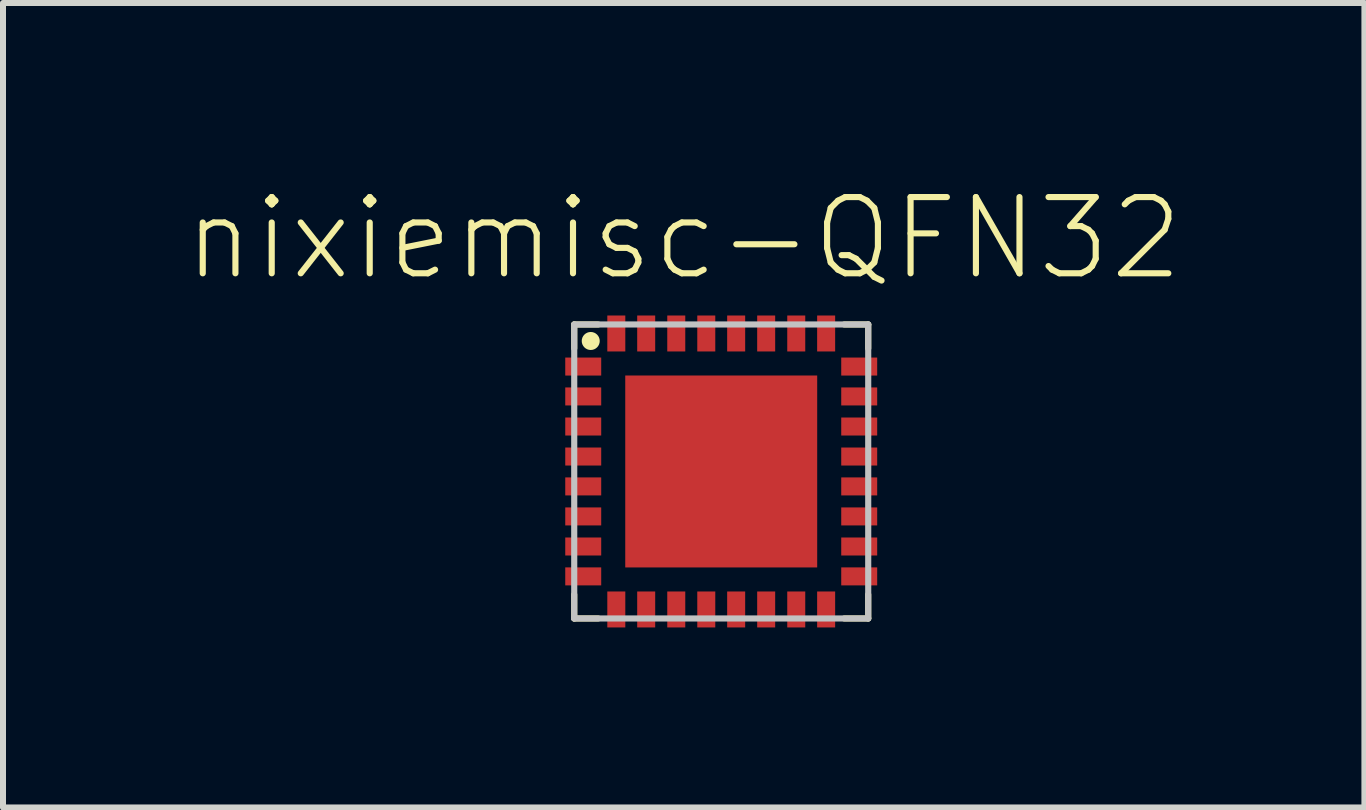
<source format=kicad_pcb>
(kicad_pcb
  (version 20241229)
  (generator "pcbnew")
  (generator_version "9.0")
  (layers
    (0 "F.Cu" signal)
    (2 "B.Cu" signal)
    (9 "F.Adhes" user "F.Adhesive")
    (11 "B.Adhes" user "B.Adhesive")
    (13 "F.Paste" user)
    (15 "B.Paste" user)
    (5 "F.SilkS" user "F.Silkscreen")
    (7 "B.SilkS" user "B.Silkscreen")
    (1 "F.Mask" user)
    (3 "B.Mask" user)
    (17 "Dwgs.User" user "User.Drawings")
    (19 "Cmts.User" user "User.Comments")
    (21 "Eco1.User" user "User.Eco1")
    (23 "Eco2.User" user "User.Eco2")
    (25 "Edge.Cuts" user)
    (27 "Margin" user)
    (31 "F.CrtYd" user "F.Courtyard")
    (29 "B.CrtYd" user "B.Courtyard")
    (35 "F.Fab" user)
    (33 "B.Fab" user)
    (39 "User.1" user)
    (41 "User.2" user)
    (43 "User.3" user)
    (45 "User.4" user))
  (footprint "nixiemisc-QFN32"
    (layer "F.Cu")
    (at 8.966 4.805)
    (property "Reference" "nixiemisc-QFN32" (at -0.625 -3.884 0) (layer "F.SilkS") (effects (font (size 1.27 1.27) (thickness 0.102))))
    (attr smd)
    (fp_poly (pts (xy -2.548 -1.349) (xy -2.05 -1.349) (xy -2.05 -1.148) (xy -2.548 -1.148) (xy -2.548 -1.349)) (stroke (width 0.102) (type solid)) (fill yes) (layer "F.Mask"))
    (fp_poly (pts (xy -2.548 -0.848) (xy -2.05 -0.848) (xy -2.05 -0.648) (xy -2.548 -0.648) (xy -2.548 -0.848)) (stroke (width 0.102) (type solid)) (fill yes) (layer "F.Mask"))
    (fp_poly (pts (xy -2.548 -0.348) (xy -2.05 -0.348) (xy -2.05 -0.15) (xy -2.548 -0.15) (xy -2.548 -0.348)) (stroke (width 0.102) (type solid)) (fill yes) (layer "F.Mask"))
    (fp_poly (pts (xy -2.548 0.15) (xy -2.05 0.15) (xy -2.05 0.348) (xy -2.548 0.348) (xy -2.548 0.15)) (stroke (width 0.102) (type solid)) (fill yes) (layer "F.Mask"))
    (fp_poly (pts (xy -2.548 0.648) (xy -2.05 0.648) (xy -2.05 0.848) (xy -2.548 0.848) (xy -2.548 0.648)) (stroke (width 0.102) (type solid)) (fill yes) (layer "F.Mask"))
    (fp_poly (pts (xy -2.548 1.148) (xy -2.05 1.148) (xy -2.05 1.349) (xy -2.548 1.349) (xy -2.548 1.148)) (stroke (width 0.102) (type solid)) (fill yes) (layer "F.Mask"))
    (fp_poly (pts (xy -1.349 2.548) (xy -1.349 2.05) (xy -1.148 2.05) (xy -1.148 2.548) (xy -1.349 2.548)) (stroke (width 0.102) (type solid)) (fill yes) (layer "F.Mask"))
    (fp_poly (pts (xy -1.323 -1.323) (xy 1.323 -1.323) (xy 1.323 1.323) (xy -1.323 1.323) (xy -1.323 -1.323)) (stroke (width 0.498) (type solid)) (fill yes) (layer "F.Mask"))
    (fp_poly (pts (xy -1.148 -2.548) (xy -1.148 -2.05) (xy -1.349 -2.05) (xy -1.349 -2.548) (xy -1.148 -2.548)) (stroke (width 0.102) (type solid)) (fill yes) (layer "F.Mask"))
    (fp_poly (pts (xy -0.848 2.548) (xy -0.848 2.05) (xy -0.648 2.05) (xy -0.648 2.548) (xy -0.848 2.548)) (stroke (width 0.102) (type solid)) (fill yes) (layer "F.Mask"))
    (fp_poly (pts (xy -0.648 -2.548) (xy -0.648 -2.05) (xy -0.848 -2.05) (xy -0.848 -2.548) (xy -0.648 -2.548)) (stroke (width 0.102) (type solid)) (fill yes) (layer "F.Mask"))
    (fp_poly (pts (xy -0.348 2.548) (xy -0.348 2.05) (xy -0.15 2.05) (xy -0.15 2.548) (xy -0.348 2.548)) (stroke (width 0.102) (type solid)) (fill yes) (layer "F.Mask"))
    (fp_poly (pts (xy -0.15 -2.548) (xy -0.15 -2.05) (xy -0.348 -2.05) (xy -0.348 -2.548) (xy -0.15 -2.548)) (stroke (width 0.102) (type solid)) (fill yes) (layer "F.Mask"))
    (fp_poly (pts (xy 0.15 2.548) (xy 0.15 2.05) (xy 0.348 2.05) (xy 0.348 2.548) (xy 0.15 2.548)) (stroke (width 0.102) (type solid)) (fill yes) (layer "F.Mask"))
    (fp_poly (pts (xy 0.348 -2.548) (xy 0.348 -2.05) (xy 0.15 -2.05) (xy 0.15 -2.548) (xy 0.348 -2.548)) (stroke (width 0.102) (type solid)) (fill yes) (layer "F.Mask"))
    (fp_poly (pts (xy 0.648 2.548) (xy 0.648 2.05) (xy 0.848 2.05) (xy 0.848 2.548) (xy 0.648 2.548)) (stroke (width 0.102) (type solid)) (fill yes) (layer "F.Mask"))
    (fp_poly (pts (xy 0.848 -2.548) (xy 0.848 -2.05) (xy 0.648 -2.05) (xy 0.648 -2.548) (xy 0.848 -2.548)) (stroke (width 0.102) (type solid)) (fill yes) (layer "F.Mask"))
    (fp_poly (pts (xy 1.148 2.548) (xy 1.148 2.05) (xy 1.349 2.05) (xy 1.349 2.548) (xy 1.148 2.548)) (stroke (width 0.102) (type solid)) (fill yes) (layer "F.Mask"))
    (fp_poly (pts (xy 1.349 -2.548) (xy 1.349 -2.05) (xy 1.148 -2.05) (xy 1.148 -2.548) (xy 1.349 -2.548)) (stroke (width 0.102) (type solid)) (fill yes) (layer "F.Mask"))
    (fp_poly (pts (xy 2.548 -1.148) (xy 2.05 -1.148) (xy 2.05 -1.349) (xy 2.548 -1.349) (xy 2.548 -1.148)) (stroke (width 0.102) (type solid)) (fill yes) (layer "F.Mask"))
    (fp_poly (pts (xy 2.548 -0.648) (xy 2.05 -0.648) (xy 2.05 -0.848) (xy 2.548 -0.848) (xy 2.548 -0.648)) (stroke (width 0.102) (type solid)) (fill yes) (layer "F.Mask"))
    (fp_poly (pts (xy 2.548 -0.15) (xy 2.05 -0.15) (xy 2.05 -0.348) (xy 2.548 -0.348) (xy 2.548 -0.15)) (stroke (width 0.102) (type solid)) (fill yes) (layer "F.Mask"))
    (fp_poly (pts (xy 2.548 0.348) (xy 2.05 0.348) (xy 2.05 0.15) (xy 2.548 0.15) (xy 2.548 0.348)) (stroke (width 0.102) (type solid)) (fill yes) (layer "F.Mask"))
    (fp_poly (pts (xy 2.548 0.848) (xy 2.05 0.848) (xy 2.05 0.648) (xy 2.548 0.648) (xy 2.548 0.848)) (stroke (width 0.102) (type solid)) (fill yes) (layer "F.Mask"))
    (fp_poly (pts (xy 2.548 1.349) (xy 2.05 1.349) (xy 2.05 1.148) (xy 2.548 1.148) (xy 2.548 1.349)) (stroke (width 0.102) (type solid)) (fill yes) (layer "F.Mask"))
    (fp_poly (pts (xy -2.548 -1.849) (xy -2.098 -1.849) (xy -2.05 -1.798) (xy -2.05 -1.648) (xy -2.548 -1.648) (xy -2.548 -1.849)) (stroke (width 0.102) (type solid)) (fill yes) (layer "F.Mask"))
    (fp_poly (pts (xy -2.548 1.849) (xy -2.098 1.849) (xy -2.05 1.798) (xy -2.05 1.648) (xy -2.548 1.648) (xy -2.548 1.849)) (stroke (width 0.102) (type solid)) (fill yes) (layer "F.Mask"))
    (fp_poly (pts (xy -1.849 -2.548) (xy -1.849 -2.098) (xy -1.798 -2.05) (xy -1.648 -2.05) (xy -1.648 -2.548) (xy -1.849 -2.548)) (stroke (width 0.102) (type solid)) (fill yes) (layer "F.Mask"))
    (fp_poly (pts (xy -1.849 2.548) (xy -1.849 2.098) (xy -1.798 2.05) (xy -1.648 2.05) (xy -1.648 2.548) (xy -1.849 2.548)) (stroke (width 0.102) (type solid)) (fill yes) (layer "F.Mask"))
    (fp_poly (pts (xy 1.849 -2.548) (xy 1.849 -2.098) (xy 1.798 -2.05) (xy 1.648 -2.05) (xy 1.648 -2.548) (xy 1.849 -2.548)) (stroke (width 0.102) (type solid)) (fill yes) (layer "F.Mask"))
    (fp_poly (pts (xy 1.849 2.548) (xy 1.849 2.098) (xy 1.798 2.05) (xy 1.648 2.05) (xy 1.648 2.548) (xy 1.849 2.548)) (stroke (width 0.102) (type solid)) (fill yes) (layer "F.Mask"))
    (fp_poly (pts (xy 2.548 -1.849) (xy 2.098 -1.849) (xy 2.05 -1.798) (xy 2.05 -1.648) (xy 2.548 -1.648) (xy 2.548 -1.849)) (stroke (width 0.102) (type solid)) (fill yes) (layer "F.Mask"))
    (fp_poly (pts (xy 2.548 1.849) (xy 2.098 1.849) (xy 2.05 1.798) (xy 2.05 1.648) (xy 2.548 1.648) (xy 2.548 1.849)) (stroke (width 0.102) (type solid)) (fill yes) (layer "F.Mask"))
    (fp_line (start -2.449 -2.449) (end -2.05 -2.449) (stroke (width 0.102) (type solid)) (layer "F.SilkS"))
    (fp_line (start -2.449 -2.05) (end -2.449 -2.449) (stroke (width 0.102) (type solid)) (layer "F.SilkS"))
    (fp_line (start -2.449 2.449) (end -2.449 2.05) (stroke (width 0.102) (type solid)) (layer "F.SilkS"))
    (fp_line (start -2.05 2.449) (end -2.449 2.449) (stroke (width 0.102) (type solid)) (layer "F.SilkS"))
    (fp_line (start 2.05 -2.449) (end 2.449 -2.449) (stroke (width 0.102) (type solid)) (layer "F.SilkS"))
    (fp_line (start 2.449 -2.449) (end 2.449 -2.05) (stroke (width 0.102) (type solid)) (layer "F.SilkS"))
    (fp_line (start 2.449 2.05) (end 2.449 2.449) (stroke (width 0.102) (type solid)) (layer "F.SilkS"))
    (fp_line (start 2.449 2.449) (end 2.05 2.449) (stroke (width 0.102) (type solid)) (layer "F.SilkS"))
    (fp_circle (center -2.174 -2.174) (end -2.174 -2.324) (stroke (width 0) (type solid)) (fill yes) (layer "F.SilkS"))
    (fp_line (start -1.298 -1.4) (end -0.699 -1.4) (stroke (width 0.066) (type solid)) (layer "F.Paste"))
    (fp_line (start -1.298 -1.1) (end -1.298 -1.4) (stroke (width 0.066) (type solid)) (layer "F.Paste"))
    (fp_line (start -1.298 -1.1) (end -0.699 -1.1) (stroke (width 0.066) (type solid)) (layer "F.Paste"))
    (fp_line (start -1.298 -0.899) (end -0.699 -0.899) (stroke (width 0.066) (type solid)) (layer "F.Paste"))
    (fp_line (start -1.298 -0.599) (end -1.298 -0.899) (stroke (width 0.066) (type solid)) (layer "F.Paste"))
    (fp_line (start -1.298 -0.599) (end -0.699 -0.599) (stroke (width 0.066) (type solid)) (layer "F.Paste"))
    (fp_line (start -1.298 -0.399) (end -0.699 -0.399) (stroke (width 0.066) (type solid)) (layer "F.Paste"))
    (fp_line (start -1.298 -0.099) (end -1.298 -0.399) (stroke (width 0.066) (type solid)) (layer "F.Paste"))
    (fp_line (start -1.298 -0.099) (end -0.699 -0.099) (stroke (width 0.066) (type solid)) (layer "F.Paste"))
    (fp_line (start -1.298 0.099) (end -0.699 0.099) (stroke (width 0.066) (type solid)) (layer "F.Paste"))
    (fp_line (start -1.298 0.399) (end -1.298 0.099) (stroke (width 0.066) (type solid)) (layer "F.Paste"))
    (fp_line (start -1.298 0.399) (end -0.699 0.399) (stroke (width 0.066) (type solid)) (layer "F.Paste"))
    (fp_line (start -1.298 0.599) (end -0.699 0.599) (stroke (width 0.066) (type solid)) (layer "F.Paste"))
    (fp_line (start -1.298 0.899) (end -1.298 0.599) (stroke (width 0.066) (type solid)) (layer "F.Paste"))
    (fp_line (start -1.298 0.899) (end -0.699 0.899) (stroke (width 0.066) (type solid)) (layer "F.Paste"))
    (fp_line (start -1.298 1.1) (end -0.699 1.1) (stroke (width 0.066) (type solid)) (layer "F.Paste"))
    (fp_line (start -1.298 1.4) (end -1.298 1.1) (stroke (width 0.066) (type solid)) (layer "F.Paste"))
    (fp_line (start -1.298 1.4) (end -0.699 1.4) (stroke (width 0.066) (type solid)) (layer "F.Paste"))
    (fp_line (start -0.699 -1.1) (end -0.699 -1.4) (stroke (width 0.066) (type solid)) (layer "F.Paste"))
    (fp_line (start -0.699 -0.599) (end -0.699 -0.899) (stroke (width 0.066) (type solid)) (layer "F.Paste"))
    (fp_line (start -0.699 -0.099) (end -0.699 -0.399) (stroke (width 0.066) (type solid)) (layer "F.Paste"))
    (fp_line (start -0.699 0.399) (end -0.699 0.099) (stroke (width 0.066) (type solid)) (layer "F.Paste"))
    (fp_line (start -0.699 0.899) (end -0.699 0.599) (stroke (width 0.066) (type solid)) (layer "F.Paste"))
    (fp_line (start -0.699 1.4) (end -0.699 1.1) (stroke (width 0.066) (type solid)) (layer "F.Paste"))
    (fp_line (start -0.3 -1.4) (end 0.3 -1.4) (stroke (width 0.066) (type solid)) (layer "F.Paste"))
    (fp_line (start -0.3 -1.1) (end -0.3 -1.4) (stroke (width 0.066) (type solid)) (layer "F.Paste"))
    (fp_line (start -0.3 -1.1) (end 0.3 -1.1) (stroke (width 0.066) (type solid)) (layer "F.Paste"))
    (fp_line (start -0.3 -0.899) (end 0.3 -0.899) (stroke (width 0.066) (type solid)) (layer "F.Paste"))
    (fp_line (start -0.3 -0.599) (end -0.3 -0.899) (stroke (width 0.066) (type solid)) (layer "F.Paste"))
    (fp_line (start -0.3 -0.599) (end 0.3 -0.599) (stroke (width 0.066) (type solid)) (layer "F.Paste"))
    (fp_line (start -0.3 -0.399) (end 0.3 -0.399) (stroke (width 0.066) (type solid)) (layer "F.Paste"))
    (fp_line (start -0.3 -0.099) (end -0.3 -0.399) (stroke (width 0.066) (type solid)) (layer "F.Paste"))
    (fp_line (start -0.3 -0.099) (end 0.3 -0.099) (stroke (width 0.066) (type solid)) (layer "F.Paste"))
    (fp_line (start -0.3 0.099) (end 0.3 0.099) (stroke (width 0.066) (type solid)) (layer "F.Paste"))
    (fp_line (start -0.3 0.399) (end -0.3 0.099) (stroke (width 0.066) (type solid)) (layer "F.Paste"))
    (fp_line (start -0.3 0.399) (end 0.3 0.399) (stroke (width 0.066) (type solid)) (layer "F.Paste"))
    (fp_line (start -0.3 0.599) (end 0.3 0.599) (stroke (width 0.066) (type solid)) (layer "F.Paste"))
    (fp_line (start -0.3 0.899) (end -0.3 0.599) (stroke (width 0.066) (type solid)) (layer "F.Paste"))
    (fp_line (start -0.3 0.899) (end 0.3 0.899) (stroke (width 0.066) (type solid)) (layer "F.Paste"))
    (fp_line (start -0.3 1.1) (end 0.3 1.1) (stroke (width 0.066) (type solid)) (layer "F.Paste"))
    (fp_line (start -0.3 1.4) (end -0.3 1.1) (stroke (width 0.066) (type solid)) (layer "F.Paste"))
    (fp_line (start -0.3 1.4) (end 0.3 1.4) (stroke (width 0.066) (type solid)) (layer "F.Paste"))
    (fp_line (start 0.3 -1.1) (end 0.3 -1.4) (stroke (width 0.066) (type solid)) (layer "F.Paste"))
    (fp_line (start 0.3 -0.599) (end 0.3 -0.899) (stroke (width 0.066) (type solid)) (layer "F.Paste"))
    (fp_line (start 0.3 -0.099) (end 0.3 -0.399) (stroke (width 0.066) (type solid)) (layer "F.Paste"))
    (fp_line (start 0.3 0.399) (end 0.3 0.099) (stroke (width 0.066) (type solid)) (layer "F.Paste"))
    (fp_line (start 0.3 0.899) (end 0.3 0.599) (stroke (width 0.066) (type solid)) (layer "F.Paste"))
    (fp_line (start 0.3 1.4) (end 0.3 1.1) (stroke (width 0.066) (type solid)) (layer "F.Paste"))
    (fp_line (start 0.699 -1.4) (end 1.298 -1.4) (stroke (width 0.066) (type solid)) (layer "F.Paste"))
    (fp_line (start 0.699 -1.1) (end 0.699 -1.4) (stroke (width 0.066) (type solid)) (layer "F.Paste"))
    (fp_line (start 0.699 -1.1) (end 1.298 -1.1) (stroke (width 0.066) (type solid)) (layer "F.Paste"))
    (fp_line (start 0.699 -0.899) (end 1.298 -0.899) (stroke (width 0.066) (type solid)) (layer "F.Paste"))
    (fp_line (start 0.699 -0.599) (end 0.699 -0.899) (stroke (width 0.066) (type solid)) (layer "F.Paste"))
    (fp_line (start 0.699 -0.599) (end 1.298 -0.599) (stroke (width 0.066) (type solid)) (layer "F.Paste"))
    (fp_line (start 0.699 -0.399) (end 1.298 -0.399) (stroke (width 0.066) (type solid)) (layer "F.Paste"))
    (fp_line (start 0.699 -0.099) (end 0.699 -0.399) (stroke (width 0.066) (type solid)) (layer "F.Paste"))
    (fp_line (start 0.699 -0.099) (end 1.298 -0.099) (stroke (width 0.066) (type solid)) (layer "F.Paste"))
    (fp_line (start 0.699 0.099) (end 1.298 0.099) (stroke (width 0.066) (type solid)) (layer "F.Paste"))
    (fp_line (start 0.699 0.399) (end 0.699 0.099) (stroke (width 0.066) (type solid)) (layer "F.Paste"))
    (fp_line (start 0.699 0.399) (end 1.298 0.399) (stroke (width 0.066) (type solid)) (layer "F.Paste"))
    (fp_line (start 0.699 0.599) (end 1.298 0.599) (stroke (width 0.066) (type solid)) (layer "F.Paste"))
    (fp_line (start 0.699 0.899) (end 0.699 0.599) (stroke (width 0.066) (type solid)) (layer "F.Paste"))
    (fp_line (start 0.699 0.899) (end 1.298 0.899) (stroke (width 0.066) (type solid)) (layer "F.Paste"))
    (fp_line (start 0.699 1.1) (end 1.298 1.1) (stroke (width 0.066) (type solid)) (layer "F.Paste"))
    (fp_line (start 0.699 1.4) (end 0.699 1.1) (stroke (width 0.066) (type solid)) (layer "F.Paste"))
    (fp_line (start 0.699 1.4) (end 1.298 1.4) (stroke (width 0.066) (type solid)) (layer "F.Paste"))
    (fp_line (start 1.298 -1.1) (end 1.298 -1.4) (stroke (width 0.066) (type solid)) (layer "F.Paste"))
    (fp_line (start 1.298 -0.599) (end 1.298 -0.899) (stroke (width 0.066) (type solid)) (layer "F.Paste"))
    (fp_line (start 1.298 -0.099) (end 1.298 -0.399) (stroke (width 0.066) (type solid)) (layer "F.Paste"))
    (fp_line (start 1.298 0.399) (end 1.298 0.099) (stroke (width 0.066) (type solid)) (layer "F.Paste"))
    (fp_line (start 1.298 0.899) (end 1.298 0.599) (stroke (width 0.066) (type solid)) (layer "F.Paste"))
    (fp_line (start 1.298 1.4) (end 1.298 1.1) (stroke (width 0.066) (type solid)) (layer "F.Paste"))
    (fp_poly (pts (xy -2.525 -1.323) (xy -2.073 -1.323) (xy -2.073 -1.173) (xy -2.525 -1.173) (xy -2.525 -1.323)) (stroke (width 0.102) (type solid)) (fill yes) (layer "F.Paste"))
    (fp_poly (pts (xy -2.525 -0.823) (xy -2.073 -0.823) (xy -2.073 -0.673) (xy -2.525 -0.673) (xy -2.525 -0.823)) (stroke (width 0.102) (type solid)) (fill yes) (layer "F.Paste"))
    (fp_poly (pts (xy -2.525 -0.323) (xy -2.073 -0.323) (xy -2.073 -0.173) (xy -2.525 -0.173) (xy -2.525 -0.323)) (stroke (width 0.102) (type solid)) (fill yes) (layer "F.Paste"))
    (fp_poly (pts (xy -2.525 0.173) (xy -2.073 0.173) (xy -2.073 0.323) (xy -2.525 0.323) (xy -2.525 0.173)) (stroke (width 0.102) (type solid)) (fill yes) (layer "F.Paste"))
    (fp_poly (pts (xy -2.525 0.673) (xy -2.073 0.673) (xy -2.073 0.823) (xy -2.525 0.823) (xy -2.525 0.673)) (stroke (width 0.102) (type solid)) (fill yes) (layer "F.Paste"))
    (fp_poly (pts (xy -2.525 1.173) (xy -2.073 1.173) (xy -2.073 1.323) (xy -2.525 1.323) (xy -2.525 1.173)) (stroke (width 0.102) (type solid)) (fill yes) (layer "F.Paste"))
    (fp_poly (pts (xy -1.323 2.525) (xy -1.323 2.073) (xy -1.173 2.073) (xy -1.173 2.525) (xy -1.323 2.525)) (stroke (width 0.102) (type solid)) (fill yes) (layer "F.Paste"))
    (fp_poly (pts (xy -1.173 -2.525) (xy -1.173 -2.073) (xy -1.323 -2.073) (xy -1.323 -2.525) (xy -1.173 -2.525)) (stroke (width 0.102) (type solid)) (fill yes) (layer "F.Paste"))
    (fp_poly (pts (xy -0.823 2.525) (xy -0.823 2.073) (xy -0.673 2.073) (xy -0.673 2.525) (xy -0.823 2.525)) (stroke (width 0.102) (type solid)) (fill yes) (layer "F.Paste"))
    (fp_poly (pts (xy -0.673 -2.525) (xy -0.673 -2.073) (xy -0.823 -2.073) (xy -0.823 -2.525) (xy -0.673 -2.525)) (stroke (width 0.102) (type solid)) (fill yes) (layer "F.Paste"))
    (fp_poly (pts (xy -0.323 2.525) (xy -0.323 2.073) (xy -0.173 2.073) (xy -0.173 2.525) (xy -0.323 2.525)) (stroke (width 0.102) (type solid)) (fill yes) (layer "F.Paste"))
    (fp_poly (pts (xy -0.173 -2.525) (xy -0.173 -2.073) (xy -0.323 -2.073) (xy -0.323 -2.525) (xy -0.173 -2.525)) (stroke (width 0.102) (type solid)) (fill yes) (layer "F.Paste"))
    (fp_poly (pts (xy 0.173 2.525) (xy 0.173 2.073) (xy 0.323 2.073) (xy 0.323 2.525) (xy 0.173 2.525)) (stroke (width 0.102) (type solid)) (fill yes) (layer "F.Paste"))
    (fp_poly (pts (xy 0.323 -2.525) (xy 0.323 -2.073) (xy 0.173 -2.073) (xy 0.173 -2.525) (xy 0.323 -2.525)) (stroke (width 0.102) (type solid)) (fill yes) (layer "F.Paste"))
    (fp_poly (pts (xy 0.673 2.525) (xy 0.673 2.073) (xy 0.823 2.073) (xy 0.823 2.525) (xy 0.673 2.525)) (stroke (width 0.102) (type solid)) (fill yes) (layer "F.Paste"))
    (fp_poly (pts (xy 0.823 -2.525) (xy 0.823 -2.073) (xy 0.673 -2.073) (xy 0.673 -2.525) (xy 0.823 -2.525)) (stroke (width 0.102) (type solid)) (fill yes) (layer "F.Paste"))
    (fp_poly (pts (xy 1.173 2.525) (xy 1.173 2.073) (xy 1.323 2.073) (xy 1.323 2.525) (xy 1.173 2.525)) (stroke (width 0.102) (type solid)) (fill yes) (layer "F.Paste"))
    (fp_poly (pts (xy 1.323 -2.525) (xy 1.323 -2.073) (xy 1.173 -2.073) (xy 1.173 -2.525) (xy 1.323 -2.525)) (stroke (width 0.102) (type solid)) (fill yes) (layer "F.Paste"))
    (fp_poly (pts (xy 2.525 -1.173) (xy 2.073 -1.173) (xy 2.073 -1.323) (xy 2.525 -1.323) (xy 2.525 -1.173)) (stroke (width 0.102) (type solid)) (fill yes) (layer "F.Paste"))
    (fp_poly (pts (xy 2.525 -0.673) (xy 2.073 -0.673) (xy 2.073 -0.823) (xy 2.525 -0.823) (xy 2.525 -0.673)) (stroke (width 0.102) (type solid)) (fill yes) (layer "F.Paste"))
    (fp_poly (pts (xy 2.525 -0.173) (xy 2.073 -0.173) (xy 2.073 -0.323) (xy 2.525 -0.323) (xy 2.525 -0.173)) (stroke (width 0.102) (type solid)) (fill yes) (layer "F.Paste"))
    (fp_poly (pts (xy 2.525 0.323) (xy 2.073 0.323) (xy 2.073 0.173) (xy 2.525 0.173) (xy 2.525 0.323)) (stroke (width 0.102) (type solid)) (fill yes) (layer "F.Paste"))
    (fp_poly (pts (xy 2.525 0.823) (xy 2.073 0.823) (xy 2.073 0.673) (xy 2.525 0.673) (xy 2.525 0.823)) (stroke (width 0.102) (type solid)) (fill yes) (layer "F.Paste"))
    (fp_poly (pts (xy 2.525 1.323) (xy 2.073 1.323) (xy 2.073 1.173) (xy 2.525 1.173) (xy 2.525 1.323)) (stroke (width 0.102) (type solid)) (fill yes) (layer "F.Paste"))
    (fp_poly (pts (xy -2.525 -1.824) (xy -2.123 -1.824) (xy -2.073 -1.773) (xy -2.073 -1.674) (xy -2.525 -1.674) (xy -2.525 -1.824)) (stroke (width 0.102) (type solid)) (fill yes) (layer "F.Paste"))
    (fp_poly (pts (xy -2.525 1.824) (xy -2.123 1.824) (xy -2.073 1.773) (xy -2.073 1.674) (xy -2.525 1.674) (xy -2.525 1.824)) (stroke (width 0.102) (type solid)) (fill yes) (layer "F.Paste"))
    (fp_poly (pts (xy -1.824 -2.525) (xy -1.824 -2.123) (xy -1.773 -2.073) (xy -1.674 -2.073) (xy -1.674 -2.525) (xy -1.824 -2.525)) (stroke (width 0.102) (type solid)) (fill yes) (layer "F.Paste"))
    (fp_poly (pts (xy -1.824 2.525) (xy -1.824 2.123) (xy -1.773 2.073) (xy -1.674 2.073) (xy -1.674 2.525) (xy -1.824 2.525)) (stroke (width 0.102) (type solid)) (fill yes) (layer "F.Paste"))
    (fp_poly (pts (xy 1.824 -2.525) (xy 1.824 -2.123) (xy 1.773 -2.073) (xy 1.674 -2.073) (xy 1.674 -2.525) (xy 1.824 -2.525)) (stroke (width 0.102) (type solid)) (fill yes) (layer "F.Paste"))
    (fp_poly (pts (xy 1.824 2.525) (xy 1.824 2.123) (xy 1.773 2.073) (xy 1.674 2.073) (xy 1.674 2.525) (xy 1.824 2.525)) (stroke (width 0.102) (type solid)) (fill yes) (layer "F.Paste"))
    (fp_poly (pts (xy 2.525 -1.824) (xy 2.123 -1.824) (xy 2.073 -1.773) (xy 2.073 -1.674) (xy 2.525 -1.674) (xy 2.525 -1.824)) (stroke (width 0.102) (type solid)) (fill yes) (layer "F.Paste"))
    (fp_poly (pts (xy 2.525 1.824) (xy 2.123 1.824) (xy 2.073 1.773) (xy 2.073 1.674) (xy 2.525 1.674) (xy 2.525 1.824)) (stroke (width 0.102) (type solid)) (fill yes) (layer "F.Paste"))
    (fp_line (start -2.449 -2.449) (end 2.449 -2.449) (stroke (width 0.102) (type solid)) (layer "Dwgs.User"))
    (fp_line (start -2.449 2.449) (end -2.449 -2.449) (stroke (width 0.102) (type solid)) (layer "Dwgs.User"))
    (fp_line (start 2.449 -2.449) (end 2.449 2.449) (stroke (width 0.102) (type solid)) (layer "Dwgs.User"))
    (fp_line (start 2.449 2.449) (end -2.449 2.449) (stroke (width 0.102) (type solid)) (layer "Dwgs.User"))
    (pad "1" smd rect (at -2.299 -1.748) (size 0.599 0.3) (layers "F.Cu" "F.Mask" "F.Paste"))
    (pad "2" smd rect (at -2.299 -1.25) (size 0.599 0.3) (layers "F.Cu" "F.Mask" "F.Paste"))
    (pad "3" smd rect (at -2.299 -0.749) (size 0.599 0.3) (layers "F.Cu" "F.Mask" "F.Paste"))
    (pad "4" smd rect (at -2.299 -0.249) (size 0.599 0.3) (layers "F.Cu" "F.Mask" "F.Paste"))
    (pad "5" smd rect (at -2.299 0.249) (size 0.599 0.3) (layers "F.Cu" "F.Mask" "F.Paste"))
    (pad "6" smd rect (at -2.299 0.749) (size 0.599 0.3) (layers "F.Cu" "F.Mask" "F.Paste"))
    (pad "7" smd rect (at -2.299 1.25) (size 0.599 0.3) (layers "F.Cu" "F.Mask" "F.Paste"))
    (pad "8" smd rect (at -2.299 1.748) (size 0.599 0.3) (layers "F.Cu" "F.Mask" "F.Paste"))
    (pad "9" smd rect (at -1.748 2.299 90) (size 0.599 0.3) (layers "F.Cu" "F.Mask" "F.Paste"))
    (pad "10" smd rect (at -1.25 2.299 90) (size 0.599 0.3) (layers "F.Cu" "F.Mask" "F.Paste"))
    (pad "11" smd rect (at -0.749 2.299 90) (size 0.599 0.3) (layers "F.Cu" "F.Mask" "F.Paste"))
    (pad "12" smd rect (at -0.249 2.299 90) (size 0.599 0.3) (layers "F.Cu" "F.Mask" "F.Paste"))
    (pad "13" smd rect (at 0.249 2.299 90) (size 0.599 0.3) (layers "F.Cu" "F.Mask" "F.Paste"))
    (pad "14" smd rect (at 0.749 2.299 90) (size 0.599 0.3) (layers "F.Cu" "F.Mask" "F.Paste"))
    (pad "15" smd rect (at 1.25 2.299 90) (size 0.599 0.3) (layers "F.Cu" "F.Mask" "F.Paste"))
    (pad "16" smd rect (at 1.748 2.299 90) (size 0.599 0.3) (layers "F.Cu" "F.Mask" "F.Paste"))
    (pad "17" smd rect (at 2.299 1.748 180) (size 0.599 0.3) (layers "F.Cu" "F.Mask" "F.Paste"))
    (pad "18" smd rect (at 2.299 1.25 180) (size 0.599 0.3) (layers "F.Cu" "F.Mask" "F.Paste"))
    (pad "19" smd rect (at 2.299 0.749 180) (size 0.599 0.3) (layers "F.Cu" "F.Mask" "F.Paste"))
    (pad "20" smd rect (at 2.299 0.249 180) (size 0.599 0.3) (layers "F.Cu" "F.Mask" "F.Paste"))
    (pad "21" smd rect (at 2.299 -0.249 180) (size 0.599 0.3) (layers "F.Cu" "F.Mask" "F.Paste"))
    (pad "22" smd rect (at 2.299 -0.749 180) (size 0.599 0.3) (layers "F.Cu" "F.Mask" "F.Paste"))
    (pad "23" smd rect (at 2.299 -1.25 180) (size 0.599 0.3) (layers "F.Cu" "F.Mask" "F.Paste"))
    (pad "24" smd rect (at 2.299 -1.748 180) (size 0.599 0.3) (layers "F.Cu" "F.Mask" "F.Paste"))
    (pad "25" smd rect (at 1.748 -2.299 270) (size 0.599 0.3) (layers "F.Cu" "F.Mask" "F.Paste"))
    (pad "26" smd rect (at 1.25 -2.299 270) (size 0.599 0.3) (layers "F.Cu" "F.Mask" "F.Paste"))
    (pad "27" smd rect (at 0.749 -2.299 270) (size 0.599 0.3) (layers "F.Cu" "F.Mask" "F.Paste"))
    (pad "28" smd rect (at 0.249 -2.299 270) (size 0.599 0.3) (layers "F.Cu" "F.Mask" "F.Paste"))
    (pad "29" smd rect (at -0.249 -2.299 270) (size 0.599 0.3) (layers "F.Cu" "F.Mask" "F.Paste"))
    (pad "30" smd rect (at -0.749 -2.299 270) (size 0.599 0.3) (layers "F.Cu" "F.Mask" "F.Paste"))
    (pad "31" smd rect (at -1.25 -2.299 270) (size 0.599 0.3) (layers "F.Cu" "F.Mask" "F.Paste"))
    (pad "32" smd rect (at -1.748 -2.299 270) (size 0.599 0.3) (layers "F.Cu" "F.Mask" "F.Paste"))
    (pad "EXP" smd rect (at 0 0) (size 3.198 3.198) (layers "F.Cu" "F.Mask" "F.Paste")))
  (gr_rect
    (start -3 -3)
    (end 19.682 10.403)
    (stroke (width 0.1) (type default))
    (fill no)
    (layer "Edge.Cuts")))
</source>
